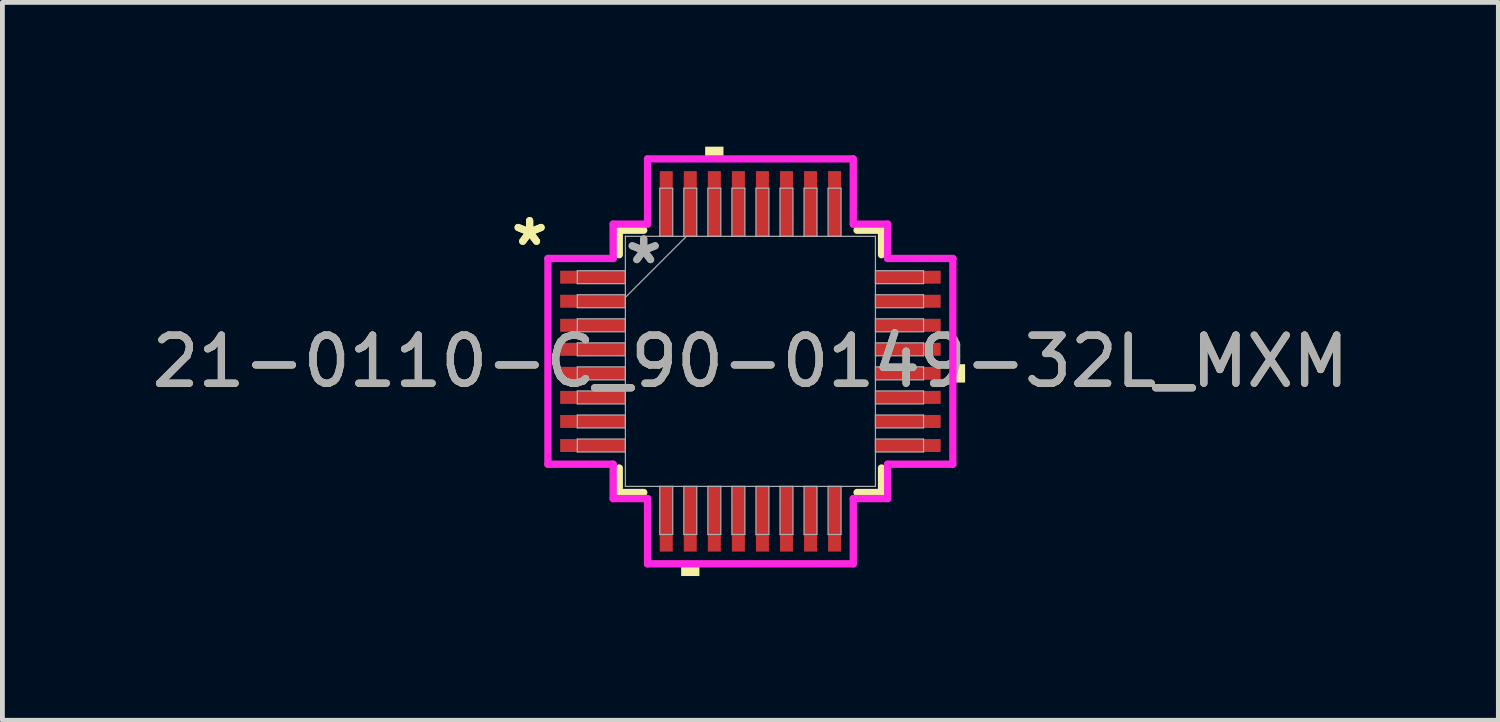
<source format=kicad_pcb>
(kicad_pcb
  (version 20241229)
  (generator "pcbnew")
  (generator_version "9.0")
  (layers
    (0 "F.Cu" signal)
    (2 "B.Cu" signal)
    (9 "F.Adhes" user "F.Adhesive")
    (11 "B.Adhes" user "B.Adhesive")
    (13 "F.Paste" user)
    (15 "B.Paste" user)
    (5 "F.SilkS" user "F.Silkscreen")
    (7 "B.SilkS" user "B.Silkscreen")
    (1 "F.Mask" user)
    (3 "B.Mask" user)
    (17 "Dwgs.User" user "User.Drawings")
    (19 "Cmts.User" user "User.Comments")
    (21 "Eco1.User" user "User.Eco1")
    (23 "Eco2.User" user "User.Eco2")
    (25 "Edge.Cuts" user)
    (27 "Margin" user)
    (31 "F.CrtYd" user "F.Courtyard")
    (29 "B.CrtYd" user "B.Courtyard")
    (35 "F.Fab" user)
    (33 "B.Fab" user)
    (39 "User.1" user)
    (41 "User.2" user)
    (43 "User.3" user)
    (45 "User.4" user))
  (footprint "21-0110-C_90-0149-32L_MXM"
    (layer "F.Cu")
    (at 12.554 4.464)
    (property "Reference" "21-0110-C_90-0149-32L_MXM" (at 0 0 0) (unlocked yes) (layer "F.SilkS") (effects (font (size 1 1) (thickness 0.15))))
    (attr smd)
    (fp_line (start -2.727 -2.727) (end -2.727 -2.218) (stroke (width 0.152) (type solid)) (layer "F.SilkS"))
    (fp_line (start -2.727 2.218) (end -2.727 2.727) (stroke (width 0.152) (type solid)) (layer "F.SilkS"))
    (fp_line (start -2.727 2.727) (end -2.218 2.727) (stroke (width 0.152) (type solid)) (layer "F.SilkS"))
    (fp_line (start -2.218 -2.727) (end -2.727 -2.727) (stroke (width 0.152) (type solid)) (layer "F.SilkS"))
    (fp_line (start 2.218 2.727) (end 2.727 2.727) (stroke (width 0.152) (type solid)) (layer "F.SilkS"))
    (fp_line (start 2.727 -2.727) (end 2.218 -2.727) (stroke (width 0.152) (type solid)) (layer "F.SilkS"))
    (fp_line (start 2.727 -2.218) (end 2.727 -2.727) (stroke (width 0.152) (type solid)) (layer "F.SilkS"))
    (fp_line (start 2.727 2.727) (end 2.727 2.218) (stroke (width 0.152) (type solid)) (layer "F.SilkS"))
    (fp_poly (pts (xy -1.44 4.21) (xy -1.44 4.464) (xy -1.06 4.464) (xy -1.06 4.21)) (stroke (width 0) (type solid)) (fill yes) (layer "F.SilkS"))
    (fp_poly (pts (xy -0.941 -4.21) (xy -0.941 -4.464) (xy -0.56 -4.464) (xy -0.56 -4.21)) (stroke (width 0) (type solid)) (fill yes) (layer "F.SilkS"))
    (fp_poly (pts (xy 4.464 0.059) (xy 4.464 0.441) (xy 4.21 0.441) (xy 4.21 0.059)) (stroke (width 0) (type solid)) (fill yes) (layer "F.SilkS"))
    (fp_line (start -4.21 -2.139) (end -2.854 -2.139) (stroke (width 0.152) (type solid)) (layer "F.CrtYd"))
    (fp_line (start -4.21 2.139) (end -4.21 -2.139) (stroke (width 0.152) (type solid)) (layer "F.CrtYd"))
    (fp_line (start -2.854 -2.854) (end -2.139 -2.854) (stroke (width 0.152) (type solid)) (layer "F.CrtYd"))
    (fp_line (start -2.854 -2.139) (end -2.854 -2.854) (stroke (width 0.152) (type solid)) (layer "F.CrtYd"))
    (fp_line (start -2.854 2.139) (end -4.21 2.139) (stroke (width 0.152) (type solid)) (layer "F.CrtYd"))
    (fp_line (start -2.854 2.854) (end -2.854 2.139) (stroke (width 0.152) (type solid)) (layer "F.CrtYd"))
    (fp_line (start -2.854 2.854) (end -2.139 2.854) (stroke (width 0.152) (type solid)) (layer "F.CrtYd"))
    (fp_line (start -2.139 -4.21) (end 2.139 -4.21) (stroke (width 0.152) (type solid)) (layer "F.CrtYd"))
    (fp_line (start -2.139 -2.854) (end -2.139 -4.21) (stroke (width 0.152) (type solid)) (layer "F.CrtYd"))
    (fp_line (start -2.139 2.854) (end -2.139 4.21) (stroke (width 0.152) (type solid)) (layer "F.CrtYd"))
    (fp_line (start -2.139 4.21) (end 2.139 4.21) (stroke (width 0.152) (type solid)) (layer "F.CrtYd"))
    (fp_line (start 2.139 -4.21) (end 2.139 -2.854) (stroke (width 0.152) (type solid)) (layer "F.CrtYd"))
    (fp_line (start 2.139 -2.854) (end 2.854 -2.854) (stroke (width 0.152) (type solid)) (layer "F.CrtYd"))
    (fp_line (start 2.139 2.854) (end 2.854 2.854) (stroke (width 0.152) (type solid)) (layer "F.CrtYd"))
    (fp_line (start 2.139 4.21) (end 2.139 2.854) (stroke (width 0.152) (type solid)) (layer "F.CrtYd"))
    (fp_line (start 2.854 -2.139) (end 2.854 -2.854) (stroke (width 0.152) (type solid)) (layer "F.CrtYd"))
    (fp_line (start 2.854 2.139) (end 4.21 2.139) (stroke (width 0.152) (type solid)) (layer "F.CrtYd"))
    (fp_line (start 2.854 2.854) (end 2.854 2.139) (stroke (width 0.152) (type solid)) (layer "F.CrtYd"))
    (fp_line (start 4.21 -2.139) (end 2.854 -2.139) (stroke (width 0.152) (type solid)) (layer "F.CrtYd"))
    (fp_line (start 4.21 2.139) (end 4.21 -2.139) (stroke (width 0.152) (type solid)) (layer "F.CrtYd"))
    (fp_line (start -3.6 -1.885) (end -3.6 -1.615) (stroke (width 0.025) (type solid)) (layer "F.Fab"))
    (fp_line (start -3.6 -1.615) (end -2.6 -1.615) (stroke (width 0.025) (type solid)) (layer "F.Fab"))
    (fp_line (start -3.6 -1.385) (end -3.6 -1.115) (stroke (width 0.025) (type solid)) (layer "F.Fab"))
    (fp_line (start -3.6 -1.115) (end -2.6 -1.115) (stroke (width 0.025) (type solid)) (layer "F.Fab"))
    (fp_line (start -3.6 -0.885) (end -3.6 -0.615) (stroke (width 0.025) (type solid)) (layer "F.Fab"))
    (fp_line (start -3.6 -0.615) (end -2.6 -0.615) (stroke (width 0.025) (type solid)) (layer "F.Fab"))
    (fp_line (start -3.6 -0.385) (end -3.6 -0.115) (stroke (width 0.025) (type solid)) (layer "F.Fab"))
    (fp_line (start -3.6 -0.115) (end -2.6 -0.115) (stroke (width 0.025) (type solid)) (layer "F.Fab"))
    (fp_line (start -3.6 0.115) (end -3.6 0.385) (stroke (width 0.025) (type solid)) (layer "F.Fab"))
    (fp_line (start -3.6 0.385) (end -2.6 0.385) (stroke (width 0.025) (type solid)) (layer "F.Fab"))
    (fp_line (start -3.6 0.615) (end -3.6 0.885) (stroke (width 0.025) (type solid)) (layer "F.Fab"))
    (fp_line (start -3.6 0.885) (end -2.6 0.885) (stroke (width 0.025) (type solid)) (layer "F.Fab"))
    (fp_line (start -3.6 1.115) (end -3.6 1.385) (stroke (width 0.025) (type solid)) (layer "F.Fab"))
    (fp_line (start -3.6 1.385) (end -2.6 1.385) (stroke (width 0.025) (type solid)) (layer "F.Fab"))
    (fp_line (start -3.6 1.615) (end -3.6 1.885) (stroke (width 0.025) (type solid)) (layer "F.Fab"))
    (fp_line (start -3.6 1.885) (end -2.6 1.885) (stroke (width 0.025) (type solid)) (layer "F.Fab"))
    (fp_line (start -2.6 -2.6) (end -2.6 -2.6) (stroke (width 0.025) (type solid)) (layer "F.Fab"))
    (fp_line (start -2.6 -2.6) (end -2.6 2.6) (stroke (width 0.025) (type solid)) (layer "F.Fab"))
    (fp_line (start -2.6 -1.885) (end -3.6 -1.885) (stroke (width 0.025) (type solid)) (layer "F.Fab"))
    (fp_line (start -2.6 -1.615) (end -2.6 -1.885) (stroke (width 0.025) (type solid)) (layer "F.Fab"))
    (fp_line (start -2.6 -1.385) (end -3.6 -1.385) (stroke (width 0.025) (type solid)) (layer "F.Fab"))
    (fp_line (start -2.6 -1.33) (end -1.33 -2.6) (stroke (width 0.025) (type solid)) (layer "F.Fab"))
    (fp_line (start -2.6 -1.115) (end -2.6 -1.385) (stroke (width 0.025) (type solid)) (layer "F.Fab"))
    (fp_line (start -2.6 -0.885) (end -3.6 -0.885) (stroke (width 0.025) (type solid)) (layer "F.Fab"))
    (fp_line (start -2.6 -0.615) (end -2.6 -0.885) (stroke (width 0.025) (type solid)) (layer "F.Fab"))
    (fp_line (start -2.6 -0.385) (end -3.6 -0.385) (stroke (width 0.025) (type solid)) (layer "F.Fab"))
    (fp_line (start -2.6 -0.115) (end -2.6 -0.385) (stroke (width 0.025) (type solid)) (layer "F.Fab"))
    (fp_line (start -2.6 0.115) (end -3.6 0.115) (stroke (width 0.025) (type solid)) (layer "F.Fab"))
    (fp_line (start -2.6 0.385) (end -2.6 0.115) (stroke (width 0.025) (type solid)) (layer "F.Fab"))
    (fp_line (start -2.6 0.615) (end -3.6 0.615) (stroke (width 0.025) (type solid)) (layer "F.Fab"))
    (fp_line (start -2.6 0.885) (end -2.6 0.615) (stroke (width 0.025) (type solid)) (layer "F.Fab"))
    (fp_line (start -2.6 1.115) (end -3.6 1.115) (stroke (width 0.025) (type solid)) (layer "F.Fab"))
    (fp_line (start -2.6 1.385) (end -2.6 1.115) (stroke (width 0.025) (type solid)) (layer "F.Fab"))
    (fp_line (start -2.6 1.615) (end -3.6 1.615) (stroke (width 0.025) (type solid)) (layer "F.Fab"))
    (fp_line (start -2.6 1.885) (end -2.6 1.615) (stroke (width 0.025) (type solid)) (layer "F.Fab"))
    (fp_line (start -2.6 2.6) (end -2.6 2.6) (stroke (width 0.025) (type solid)) (layer "F.Fab"))
    (fp_line (start -2.6 2.6) (end 2.6 2.6) (stroke (width 0.025) (type solid)) (layer "F.Fab"))
    (fp_line (start -1.885 -3.6) (end -1.885 -2.6) (stroke (width 0.025) (type solid)) (layer "F.Fab"))
    (fp_line (start -1.885 -2.6) (end -1.615 -2.6) (stroke (width 0.025) (type solid)) (layer "F.Fab"))
    (fp_line (start -1.885 2.6) (end -1.885 3.6) (stroke (width 0.025) (type solid)) (layer "F.Fab"))
    (fp_line (start -1.885 3.6) (end -1.615 3.6) (stroke (width 0.025) (type solid)) (layer "F.Fab"))
    (fp_line (start -1.615 -3.6) (end -1.885 -3.6) (stroke (width 0.025) (type solid)) (layer "F.Fab"))
    (fp_line (start -1.615 -2.6) (end -1.615 -3.6) (stroke (width 0.025) (type solid)) (layer "F.Fab"))
    (fp_line (start -1.615 2.6) (end -1.885 2.6) (stroke (width 0.025) (type solid)) (layer "F.Fab"))
    (fp_line (start -1.615 3.6) (end -1.615 2.6) (stroke (width 0.025) (type solid)) (layer "F.Fab"))
    (fp_line (start -1.385 -3.6) (end -1.385 -2.6) (stroke (width 0.025) (type solid)) (layer "F.Fab"))
    (fp_line (start -1.385 -2.6) (end -1.115 -2.6) (stroke (width 0.025) (type solid)) (layer "F.Fab"))
    (fp_line (start -1.385 2.6) (end -1.385 3.6) (stroke (width 0.025) (type solid)) (layer "F.Fab"))
    (fp_line (start -1.385 3.6) (end -1.115 3.6) (stroke (width 0.025) (type solid)) (layer "F.Fab"))
    (fp_line (start -1.115 -3.6) (end -1.385 -3.6) (stroke (width 0.025) (type solid)) (layer "F.Fab"))
    (fp_line (start -1.115 -2.6) (end -1.115 -3.6) (stroke (width 0.025) (type solid)) (layer "F.Fab"))
    (fp_line (start -1.115 2.6) (end -1.385 2.6) (stroke (width 0.025) (type solid)) (layer "F.Fab"))
    (fp_line (start -1.115 3.6) (end -1.115 2.6) (stroke (width 0.025) (type solid)) (layer "F.Fab"))
    (fp_line (start -0.885 -3.6) (end -0.885 -2.6) (stroke (width 0.025) (type solid)) (layer "F.Fab"))
    (fp_line (start -0.885 -2.6) (end -0.615 -2.6) (stroke (width 0.025) (type solid)) (layer "F.Fab"))
    (fp_line (start -0.885 2.6) (end -0.885 3.6) (stroke (width 0.025) (type solid)) (layer "F.Fab"))
    (fp_line (start -0.885 3.6) (end -0.615 3.6) (stroke (width 0.025) (type solid)) (layer "F.Fab"))
    (fp_line (start -0.615 -3.6) (end -0.885 -3.6) (stroke (width 0.025) (type solid)) (layer "F.Fab"))
    (fp_line (start -0.615 -2.6) (end -0.615 -3.6) (stroke (width 0.025) (type solid)) (layer "F.Fab"))
    (fp_line (start -0.615 2.6) (end -0.885 2.6) (stroke (width 0.025) (type solid)) (layer "F.Fab"))
    (fp_line (start -0.615 3.6) (end -0.615 2.6) (stroke (width 0.025) (type solid)) (layer "F.Fab"))
    (fp_line (start -0.385 -3.6) (end -0.385 -2.6) (stroke (width 0.025) (type solid)) (layer "F.Fab"))
    (fp_line (start -0.385 -2.6) (end -0.115 -2.6) (stroke (width 0.025) (type solid)) (layer "F.Fab"))
    (fp_line (start -0.385 2.6) (end -0.385 3.6) (stroke (width 0.025) (type solid)) (layer "F.Fab"))
    (fp_line (start -0.385 3.6) (end -0.115 3.6) (stroke (width 0.025) (type solid)) (layer "F.Fab"))
    (fp_line (start -0.115 -3.6) (end -0.385 -3.6) (stroke (width 0.025) (type solid)) (layer "F.Fab"))
    (fp_line (start -0.115 -2.6) (end -0.115 -3.6) (stroke (width 0.025) (type solid)) (layer "F.Fab"))
    (fp_line (start -0.115 2.6) (end -0.385 2.6) (stroke (width 0.025) (type solid)) (layer "F.Fab"))
    (fp_line (start -0.115 3.6) (end -0.115 2.6) (stroke (width 0.025) (type solid)) (layer "F.Fab"))
    (fp_line (start 0.115 -3.6) (end 0.115 -2.6) (stroke (width 0.025) (type solid)) (layer "F.Fab"))
    (fp_line (start 0.115 -2.6) (end 0.385 -2.6) (stroke (width 0.025) (type solid)) (layer "F.Fab"))
    (fp_line (start 0.115 2.6) (end 0.115 3.6) (stroke (width 0.025) (type solid)) (layer "F.Fab"))
    (fp_line (start 0.115 3.6) (end 0.385 3.6) (stroke (width 0.025) (type solid)) (layer "F.Fab"))
    (fp_line (start 0.385 -3.6) (end 0.115 -3.6) (stroke (width 0.025) (type solid)) (layer "F.Fab"))
    (fp_line (start 0.385 -2.6) (end 0.385 -3.6) (stroke (width 0.025) (type solid)) (layer "F.Fab"))
    (fp_line (start 0.385 2.6) (end 0.115 2.6) (stroke (width 0.025) (type solid)) (layer "F.Fab"))
    (fp_line (start 0.385 3.6) (end 0.385 2.6) (stroke (width 0.025) (type solid)) (layer "F.Fab"))
    (fp_line (start 0.615 -3.6) (end 0.615 -2.6) (stroke (width 0.025) (type solid)) (layer "F.Fab"))
    (fp_line (start 0.615 -2.6) (end 0.885 -2.6) (stroke (width 0.025) (type solid)) (layer "F.Fab"))
    (fp_line (start 0.615 2.6) (end 0.615 3.6) (stroke (width 0.025) (type solid)) (layer "F.Fab"))
    (fp_line (start 0.615 3.6) (end 0.885 3.6) (stroke (width 0.025) (type solid)) (layer "F.Fab"))
    (fp_line (start 0.885 -3.6) (end 0.615 -3.6) (stroke (width 0.025) (type solid)) (layer "F.Fab"))
    (fp_line (start 0.885 -2.6) (end 0.885 -3.6) (stroke (width 0.025) (type solid)) (layer "F.Fab"))
    (fp_line (start 0.885 2.6) (end 0.615 2.6) (stroke (width 0.025) (type solid)) (layer "F.Fab"))
    (fp_line (start 0.885 3.6) (end 0.885 2.6) (stroke (width 0.025) (type solid)) (layer "F.Fab"))
    (fp_line (start 1.115 -3.6) (end 1.115 -2.6) (stroke (width 0.025) (type solid)) (layer "F.Fab"))
    (fp_line (start 1.115 -2.6) (end 1.385 -2.6) (stroke (width 0.025) (type solid)) (layer "F.Fab"))
    (fp_line (start 1.115 2.6) (end 1.115 3.6) (stroke (width 0.025) (type solid)) (layer "F.Fab"))
    (fp_line (start 1.115 3.6) (end 1.385 3.6) (stroke (width 0.025) (type solid)) (layer "F.Fab"))
    (fp_line (start 1.385 -3.6) (end 1.115 -3.6) (stroke (width 0.025) (type solid)) (layer "F.Fab"))
    (fp_line (start 1.385 -2.6) (end 1.385 -3.6) (stroke (width 0.025) (type solid)) (layer "F.Fab"))
    (fp_line (start 1.385 2.6) (end 1.115 2.6) (stroke (width 0.025) (type solid)) (layer "F.Fab"))
    (fp_line (start 1.385 3.6) (end 1.385 2.6) (stroke (width 0.025) (type solid)) (layer "F.Fab"))
    (fp_line (start 1.615 -3.6) (end 1.615 -2.6) (stroke (width 0.025) (type solid)) (layer "F.Fab"))
    (fp_line (start 1.615 -2.6) (end 1.885 -2.6) (stroke (width 0.025) (type solid)) (layer "F.Fab"))
    (fp_line (start 1.615 2.6) (end 1.615 3.6) (stroke (width 0.025) (type solid)) (layer "F.Fab"))
    (fp_line (start 1.615 3.6) (end 1.885 3.6) (stroke (width 0.025) (type solid)) (layer "F.Fab"))
    (fp_line (start 1.885 -3.6) (end 1.615 -3.6) (stroke (width 0.025) (type solid)) (layer "F.Fab"))
    (fp_line (start 1.885 -2.6) (end 1.885 -3.6) (stroke (width 0.025) (type solid)) (layer "F.Fab"))
    (fp_line (start 1.885 2.6) (end 1.615 2.6) (stroke (width 0.025) (type solid)) (layer "F.Fab"))
    (fp_line (start 1.885 3.6) (end 1.885 2.6) (stroke (width 0.025) (type solid)) (layer "F.Fab"))
    (fp_line (start 2.6 -2.6) (end -2.6 -2.6) (stroke (width 0.025) (type solid)) (layer "F.Fab"))
    (fp_line (start 2.6 -2.6) (end 2.6 -2.6) (stroke (width 0.025) (type solid)) (layer "F.Fab"))
    (fp_line (start 2.6 -1.885) (end 2.6 -1.615) (stroke (width 0.025) (type solid)) (layer "F.Fab"))
    (fp_line (start 2.6 -1.615) (end 3.6 -1.615) (stroke (width 0.025) (type solid)) (layer "F.Fab"))
    (fp_line (start 2.6 -1.385) (end 2.6 -1.115) (stroke (width 0.025) (type solid)) (layer "F.Fab"))
    (fp_line (start 2.6 -1.115) (end 3.6 -1.115) (stroke (width 0.025) (type solid)) (layer "F.Fab"))
    (fp_line (start 2.6 -0.885) (end 2.6 -0.615) (stroke (width 0.025) (type solid)) (layer "F.Fab"))
    (fp_line (start 2.6 -0.615) (end 3.6 -0.615) (stroke (width 0.025) (type solid)) (layer "F.Fab"))
    (fp_line (start 2.6 -0.385) (end 2.6 -0.115) (stroke (width 0.025) (type solid)) (layer "F.Fab"))
    (fp_line (start 2.6 -0.115) (end 3.6 -0.115) (stroke (width 0.025) (type solid)) (layer "F.Fab"))
    (fp_line (start 2.6 0.115) (end 2.6 0.385) (stroke (width 0.025) (type solid)) (layer "F.Fab"))
    (fp_line (start 2.6 0.385) (end 3.6 0.385) (stroke (width 0.025) (type solid)) (layer "F.Fab"))
    (fp_line (start 2.6 0.615) (end 2.6 0.885) (stroke (width 0.025) (type solid)) (layer "F.Fab"))
    (fp_line (start 2.6 0.885) (end 3.6 0.885) (stroke (width 0.025) (type solid)) (layer "F.Fab"))
    (fp_line (start 2.6 1.115) (end 2.6 1.385) (stroke (width 0.025) (type solid)) (layer "F.Fab"))
    (fp_line (start 2.6 1.385) (end 3.6 1.385) (stroke (width 0.025) (type solid)) (layer "F.Fab"))
    (fp_line (start 2.6 1.615) (end 2.6 1.885) (stroke (width 0.025) (type solid)) (layer "F.Fab"))
    (fp_line (start 2.6 1.885) (end 3.6 1.885) (stroke (width 0.025) (type solid)) (layer "F.Fab"))
    (fp_line (start 2.6 2.6) (end 2.6 -2.6) (stroke (width 0.025) (type solid)) (layer "F.Fab"))
    (fp_line (start 2.6 2.6) (end 2.6 2.6) (stroke (width 0.025) (type solid)) (layer "F.Fab"))
    (fp_line (start 3.6 -1.885) (end 2.6 -1.885) (stroke (width 0.025) (type solid)) (layer "F.Fab"))
    (fp_line (start 3.6 -1.615) (end 3.6 -1.885) (stroke (width 0.025) (type solid)) (layer "F.Fab"))
    (fp_line (start 3.6 -1.385) (end 2.6 -1.385) (stroke (width 0.025) (type solid)) (layer "F.Fab"))
    (fp_line (start 3.6 -1.115) (end 3.6 -1.385) (stroke (width 0.025) (type solid)) (layer "F.Fab"))
    (fp_line (start 3.6 -0.885) (end 2.6 -0.885) (stroke (width 0.025) (type solid)) (layer "F.Fab"))
    (fp_line (start 3.6 -0.615) (end 3.6 -0.885) (stroke (width 0.025) (type solid)) (layer "F.Fab"))
    (fp_line (start 3.6 -0.385) (end 2.6 -0.385) (stroke (width 0.025) (type solid)) (layer "F.Fab"))
    (fp_line (start 3.6 -0.115) (end 3.6 -0.385) (stroke (width 0.025) (type solid)) (layer "F.Fab"))
    (fp_line (start 3.6 0.115) (end 2.6 0.115) (stroke (width 0.025) (type solid)) (layer "F.Fab"))
    (fp_line (start 3.6 0.385) (end 3.6 0.115) (stroke (width 0.025) (type solid)) (layer "F.Fab"))
    (fp_line (start 3.6 0.615) (end 2.6 0.615) (stroke (width 0.025) (type solid)) (layer "F.Fab"))
    (fp_line (start 3.6 0.885) (end 3.6 0.615) (stroke (width 0.025) (type solid)) (layer "F.Fab"))
    (fp_line (start 3.6 1.115) (end 2.6 1.115) (stroke (width 0.025) (type solid)) (layer "F.Fab"))
    (fp_line (start 3.6 1.385) (end 3.6 1.115) (stroke (width 0.025) (type solid)) (layer "F.Fab"))
    (fp_line (start 3.6 1.615) (end 2.6 1.615) (stroke (width 0.025) (type solid)) (layer "F.Fab"))
    (fp_line (start 3.6 1.885) (end 3.6 1.615) (stroke (width 0.025) (type solid)) (layer "F.Fab"))
    (fp_text user "*" (at -4.591 -2.381 0) (layer "F.SilkS") (effects (font (size 1 1) (thickness 0.15))))
    (fp_text user "*" (at -4.591 -2.381 0) (unlocked yes) (layer "F.SilkS") (effects (font (size 1 1) (thickness 0.15))))
    (fp_text user "*" (at -2.219 -2 0) (layer "F.Fab") (effects (font (size 1 1) (thickness 0.15))))
    (fp_text user "${REFERENCE}" (at 0 0 0) (unlocked yes) (layer "F.Fab") (effects (font (size 1 1) (thickness 0.15))))
    (fp_text user "*" (at -2.219 -2 0) (unlocked yes) (layer "F.Fab") (effects (font (size 1 1) (thickness 0.15))))
    (pad "1" smd rect (at -3.278 -1.75 90) (size 0.27 1.356) (layers "F.Cu" "F.Mask" "F.Paste"))
    (pad "2" smd rect (at -3.278 -1.25 90) (size 0.27 1.356) (layers "F.Cu" "F.Mask" "F.Paste"))
    (pad "3" smd rect (at -3.278 -0.75 90) (size 0.27 1.356) (layers "F.Cu" "F.Mask" "F.Paste"))
    (pad "4" smd rect (at -3.278 -0.25 90) (size 0.27 1.356) (layers "F.Cu" "F.Mask" "F.Paste"))
    (pad "5" smd rect (at -3.278 0.25 90) (size 0.27 1.356) (layers "F.Cu" "F.Mask" "F.Paste"))
    (pad "6" smd rect (at -3.278 0.75 90) (size 0.27 1.356) (layers "F.Cu" "F.Mask" "F.Paste"))
    (pad "7" smd rect (at -3.278 1.25 90) (size 0.27 1.356) (layers "F.Cu" "F.Mask" "F.Paste"))
    (pad "8" smd rect (at -3.278 1.75 90) (size 0.27 1.356) (layers "F.Cu" "F.Mask" "F.Paste"))
    (pad "9" smd rect (at -1.75 3.278) (size 0.27 1.356) (layers "F.Cu" "F.Mask" "F.Paste"))
    (pad "10" smd rect (at -1.25 3.278) (size 0.27 1.356) (layers "F.Cu" "F.Mask" "F.Paste"))
    (pad "11" smd rect (at -0.75 3.278) (size 0.27 1.356) (layers "F.Cu" "F.Mask" "F.Paste"))
    (pad "12" smd rect (at -0.25 3.278) (size 0.27 1.356) (layers "F.Cu" "F.Mask" "F.Paste"))
    (pad "13" smd rect (at 0.25 3.278) (size 0.27 1.356) (layers "F.Cu" "F.Mask" "F.Paste"))
    (pad "14" smd rect (at 0.75 3.278) (size 0.27 1.356) (layers "F.Cu" "F.Mask" "F.Paste"))
    (pad "15" smd rect (at 1.25 3.278) (size 0.27 1.356) (layers "F.Cu" "F.Mask" "F.Paste"))
    (pad "16" smd rect (at 1.75 3.278) (size 0.27 1.356) (layers "F.Cu" "F.Mask" "F.Paste"))
    (pad "17" smd rect (at 3.278 1.75 90) (size 0.27 1.356) (layers "F.Cu" "F.Mask" "F.Paste"))
    (pad "18" smd rect (at 3.278 1.25 90) (size 0.27 1.356) (layers "F.Cu" "F.Mask" "F.Paste"))
    (pad "19" smd rect (at 3.278 0.75 90) (size 0.27 1.356) (layers "F.Cu" "F.Mask" "F.Paste"))
    (pad "20" smd rect (at 3.278 0.25 90) (size 0.27 1.356) (layers "F.Cu" "F.Mask" "F.Paste"))
    (pad "21" smd rect (at 3.278 -0.25 90) (size 0.27 1.356) (layers "F.Cu" "F.Mask" "F.Paste"))
    (pad "22" smd rect (at 3.278 -0.75 90) (size 0.27 1.356) (layers "F.Cu" "F.Mask" "F.Paste"))
    (pad "23" smd rect (at 3.278 -1.25 90) (size 0.27 1.356) (layers "F.Cu" "F.Mask" "F.Paste"))
    (pad "24" smd rect (at 3.278 -1.75 90) (size 0.27 1.356) (layers "F.Cu" "F.Mask" "F.Paste"))
    (pad "25" smd rect (at 1.75 -3.278) (size 0.27 1.356) (layers "F.Cu" "F.Mask" "F.Paste"))
    (pad "26" smd rect (at 1.25 -3.278) (size 0.27 1.356) (layers "F.Cu" "F.Mask" "F.Paste"))
    (pad "27" smd rect (at 0.75 -3.278) (size 0.27 1.356) (layers "F.Cu" "F.Mask" "F.Paste"))
    (pad "28" smd rect (at 0.25 -3.278) (size 0.27 1.356) (layers "F.Cu" "F.Mask" "F.Paste"))
    (pad "29" smd rect (at -0.25 -3.278) (size 0.27 1.356) (layers "F.Cu" "F.Mask" "F.Paste"))
    (pad "30" smd rect (at -0.75 -3.278) (size 0.27 1.356) (layers "F.Cu" "F.Mask" "F.Paste"))
    (pad "31" smd rect (at -1.25 -3.278) (size 0.27 1.356) (layers "F.Cu" "F.Mask" "F.Paste"))
    (pad "32" smd rect (at -1.75 -3.278) (size 0.27 1.356) (layers "F.Cu" "F.Mask" "F.Paste")))
  (gr_rect
    (start -3 -3)
    (end 28.107 11.927)
    (stroke (width 0.1) (type default))
    (fill no)
    (layer "Edge.Cuts")))
</source>
